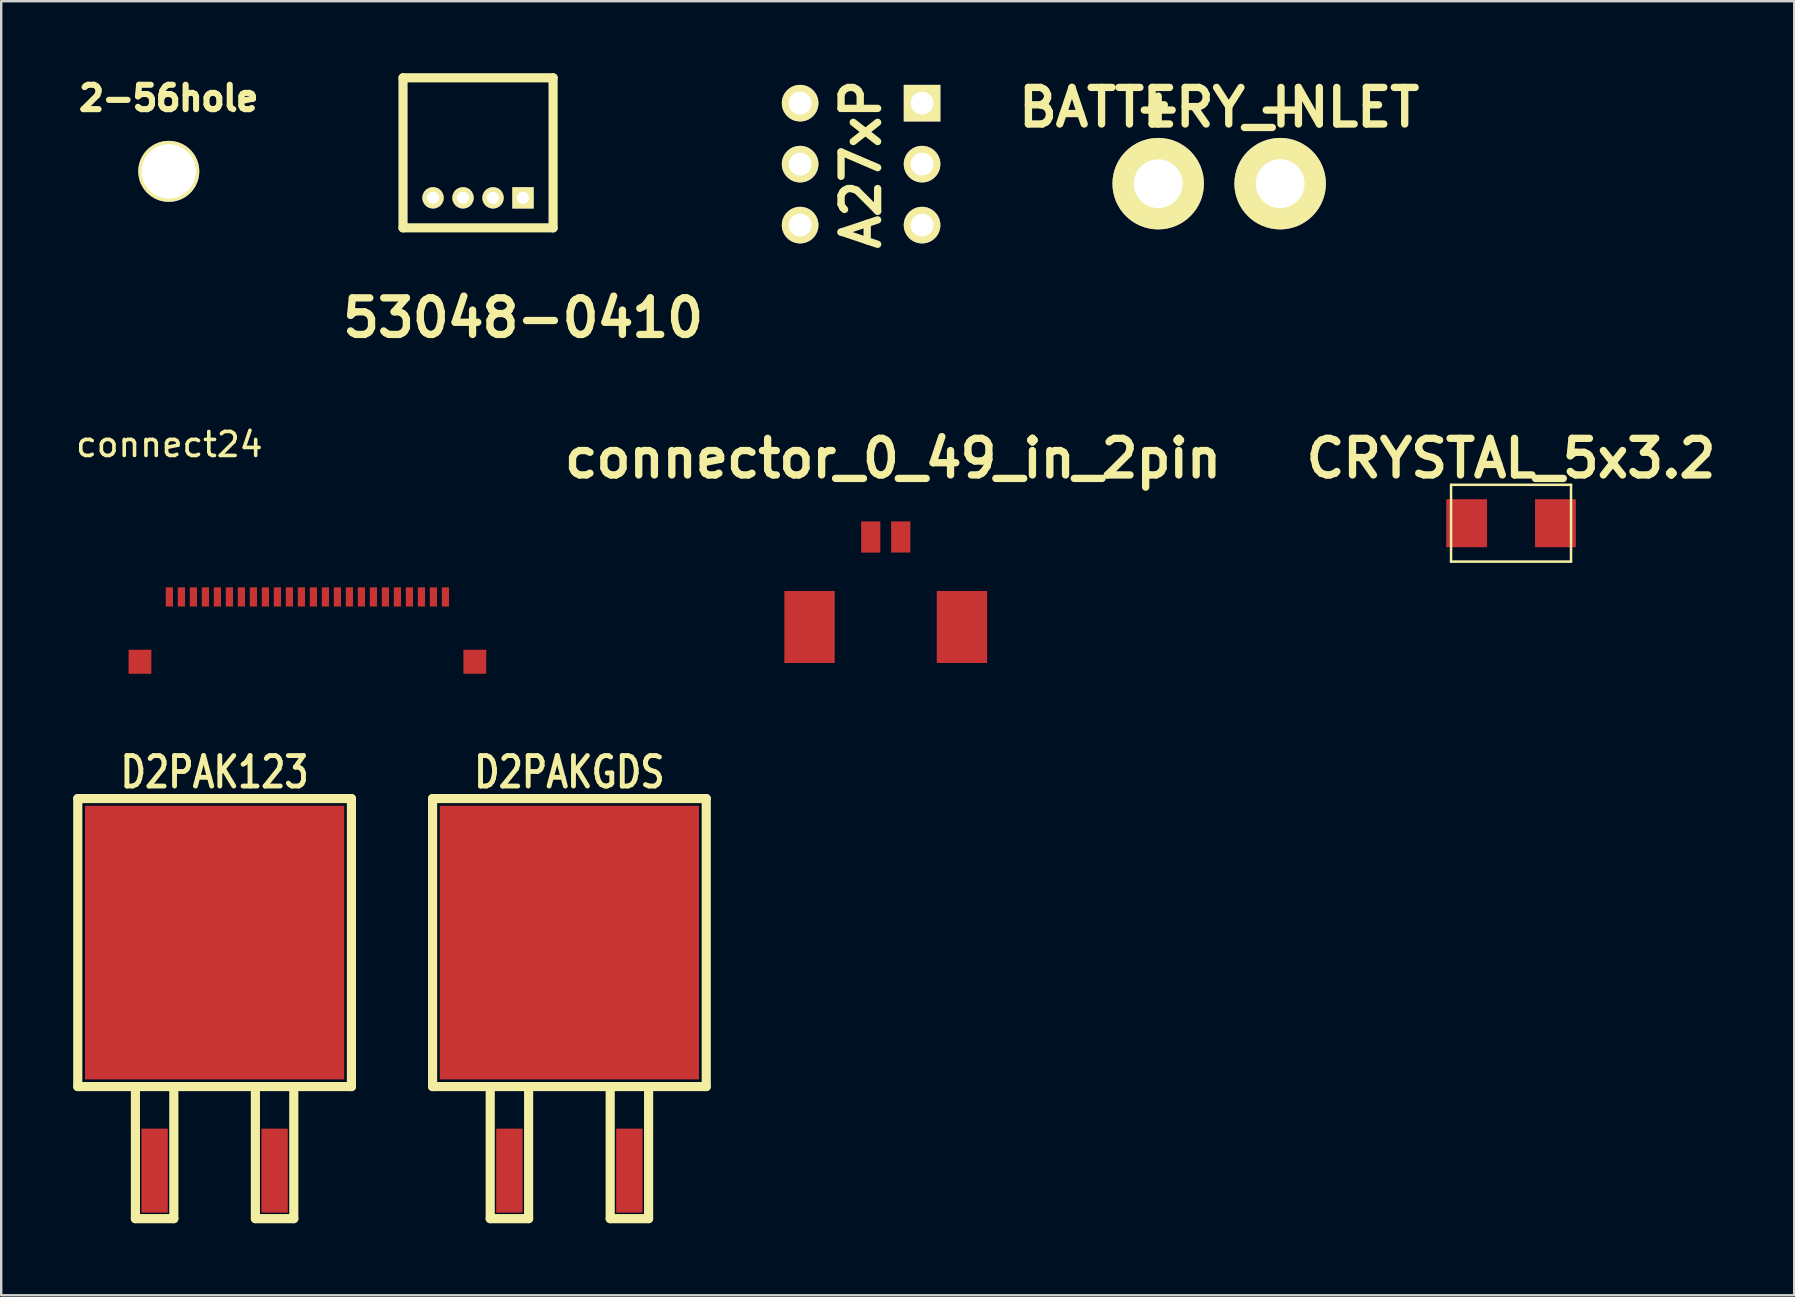
<source format=kicad_pcb>
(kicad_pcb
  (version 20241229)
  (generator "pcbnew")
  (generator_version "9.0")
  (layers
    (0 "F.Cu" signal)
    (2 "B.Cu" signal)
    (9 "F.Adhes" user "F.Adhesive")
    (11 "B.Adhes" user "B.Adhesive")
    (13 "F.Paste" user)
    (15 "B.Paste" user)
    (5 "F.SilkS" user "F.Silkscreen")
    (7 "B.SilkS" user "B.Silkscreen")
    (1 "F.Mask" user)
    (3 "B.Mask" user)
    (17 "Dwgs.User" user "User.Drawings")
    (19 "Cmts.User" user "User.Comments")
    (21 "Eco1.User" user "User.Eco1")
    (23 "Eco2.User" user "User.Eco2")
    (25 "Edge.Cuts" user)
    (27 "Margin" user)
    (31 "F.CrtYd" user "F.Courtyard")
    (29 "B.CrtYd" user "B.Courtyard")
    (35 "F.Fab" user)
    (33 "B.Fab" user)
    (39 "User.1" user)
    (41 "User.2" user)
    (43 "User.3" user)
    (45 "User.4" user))
  (footprint "D2PAK123"
    (layer "F.Cu")
    (at 5.89 36.217)
    (property "Reference" "D2PAK123" (at 0 -7.099 0) (layer "F.SilkS") (effects (font (size 1.27 1.016) (thickness 0.203))))
    (attr smd)
    (fp_line (start -5.7 -5.999) (end 5.7 -5.999) (stroke (width 0.381) (type solid)) (layer "F.SilkS"))
    (fp_line (start -5.7 5.999) (end -5.7 -5.999) (stroke (width 0.381) (type solid)) (layer "F.SilkS"))
    (fp_line (start -3.299 5.999) (end -3.299 11.501) (stroke (width 0.381) (type solid)) (layer "F.SilkS"))
    (fp_line (start -3.299 11.501) (end -1.699 11.501) (stroke (width 0.381) (type solid)) (layer "F.SilkS"))
    (fp_line (start -1.699 11.501) (end -1.699 5.999) (stroke (width 0.381) (type solid)) (layer "F.SilkS"))
    (fp_line (start 1.699 5.999) (end 1.699 11.501) (stroke (width 0.381) (type solid)) (layer "F.SilkS"))
    (fp_line (start 1.699 11.501) (end 3.299 11.501) (stroke (width 0.381) (type solid)) (layer "F.SilkS"))
    (fp_line (start 3.299 11.501) (end 3.299 5.999) (stroke (width 0.381) (type solid)) (layer "F.SilkS"))
    (fp_line (start 5.7 -5.999) (end 5.7 5.999) (stroke (width 0.381) (type solid)) (layer "F.SilkS"))
    (fp_line (start 5.7 5.999) (end -5.7 5.999) (stroke (width 0.381) (type solid)) (layer "F.SilkS"))
    (pad "1" smd rect (at 2.499 9.5) (size 1.1 3.5) (layers "F.Cu" "F.Mask" "F.Paste"))
    (pad "2" smd rect (at 0 0) (size 10.8 11.4) (layers "F.Cu" "F.Mask" "F.Paste"))
    (pad "3" smd rect (at -2.499 9.5) (size 1.1 3.5) (layers "F.Cu" "F.Mask" "F.Paste")))
  (footprint "CRYSTAL_5x3.2"
    (layer "F.Cu")
    (at 59.898 18.746)
    (property "Reference" "CRYSTAL_5x3.2" (at 0 -2.7 0) (layer "F.SilkS") (effects (font (size 1.524 1.524) (thickness 0.305))))
    (attr through_hole)
    (fp_line (start -2.499 -1.6) (end 2.499 -1.6) (stroke (width 0.104) (type solid)) (layer "F.SilkS"))
    (fp_line (start -2.499 1.6) (end -2.499 -1.6) (stroke (width 0.104) (type solid)) (layer "F.SilkS"))
    (fp_line (start 2.499 -1.6) (end 2.499 1.6) (stroke (width 0.104) (type solid)) (layer "F.SilkS"))
    (fp_line (start 2.499 1.6) (end -2.499 1.6) (stroke (width 0.104) (type solid)) (layer "F.SilkS"))
    (pad "1" smd rect (at -1.849 0) (size 1.699 1.999) (layers "F.Cu" "F.Mask" "F.Paste"))
    (pad "2" smd rect (at 1.849 0) (size 1.699 1.999) (layers "F.Cu" "F.Mask" "F.Paste")))
  (footprint "D2PAKGDS"
    (layer "F.Cu")
    (at 20.671 36.217)
    (property "Reference" "D2PAKGDS" (at 0 -7.099 0) (layer "F.SilkS") (effects (font (size 1.27 1.016) (thickness 0.203))))
    (attr smd)
    (fp_line (start -5.7 -5.999) (end 5.7 -5.999) (stroke (width 0.381) (type solid)) (layer "F.SilkS"))
    (fp_line (start -5.7 5.999) (end -5.7 -5.999) (stroke (width 0.381) (type solid)) (layer "F.SilkS"))
    (fp_line (start -3.299 5.999) (end -3.299 11.501) (stroke (width 0.381) (type solid)) (layer "F.SilkS"))
    (fp_line (start -3.299 11.501) (end -1.699 11.501) (stroke (width 0.381) (type solid)) (layer "F.SilkS"))
    (fp_line (start -1.699 11.501) (end -1.699 5.999) (stroke (width 0.381) (type solid)) (layer "F.SilkS"))
    (fp_line (start 1.699 5.999) (end 1.699 11.501) (stroke (width 0.381) (type solid)) (layer "F.SilkS"))
    (fp_line (start 1.699 11.501) (end 3.299 11.501) (stroke (width 0.381) (type solid)) (layer "F.SilkS"))
    (fp_line (start 3.299 11.501) (end 3.299 5.999) (stroke (width 0.381) (type solid)) (layer "F.SilkS"))
    (fp_line (start 5.7 -5.999) (end 5.7 5.999) (stroke (width 0.381) (type solid)) (layer "F.SilkS"))
    (fp_line (start 5.7 5.999) (end -5.7 5.999) (stroke (width 0.381) (type solid)) (layer "F.SilkS"))
    (pad "D" smd rect (at 0 0) (size 10.8 11.4) (layers "F.Cu" "F.Mask" "F.Paste"))
    (pad "G" smd rect (at -2.499 9.5) (size 1.1 3.5) (layers "F.Cu" "F.Mask" "F.Paste"))
    (pad "S" smd rect (at 2.499 9.5) (size 1.1 3.5) (layers "F.Cu" "F.Mask" "F.Paste")))
  (footprint "connector_0_49_in_2pin"
    (layer "F.Cu")
    (at 33.849 19.97)
    (property "Reference" "connector_0_49_in_2pin" (at 0.305 -3.924 0) (layer "F.SilkS") (effects (font (size 1.524 1.524) (thickness 0.305))))
    (attr through_hole)
    (pad "" smd rect (at -3.175 3.099) (size 2.098 3) (layers "F.Cu" "F.Mask" "F.Paste"))
    (pad "" smd rect (at 3.175 3.099) (size 2.098 3) (layers "F.Cu" "F.Mask" "F.Paste"))
    (pad "1" smd rect (at -0.625 -0.648) (size 0.798 1.298) (layers "F.Cu" "F.Mask" "F.Paste"))
    (pad "2" smd rect (at 0.625 -0.65) (size 0.8 1.298) (layers "F.Cu" "F.Mask" "F.Paste")))
  (footprint "BATTERY_INLET"
    (layer "F.Cu")
    (at 47.739 4.601)
    (property "Reference" "BATTERY_INLET" (at 0 -3.175 0) (layer "F.SilkS") (effects (font (size 1.524 1.524) (thickness 0.305))))
    (attr through_hole)
    (fp_text user "+" (at -2.54 -3.175 0) (layer "F.SilkS") (effects (font (size 1.524 1.524) (thickness 0.305))))
    (fp_text user "-" (at 2.54 -3.175 0) (layer "F.SilkS") (effects (font (size 1.524 1.524) (thickness 0.305))))
    (pad "1" thru_hole circle (at -2.54 0) (size 3.81 3.81) (drill 2.032) (layers "*.Cu" "*.Mask" "F.SilkS"))
    (pad "2" thru_hole circle (at 2.54 0) (size 3.81 3.81) (drill 2.032) (layers "*.Cu" "*.Mask" "F.SilkS")))
  (footprint "A27xP"
    (layer "F.Cu")
    (at 32.822 3.788)
    (property "Reference" "A27xP" (at 0 0 90) (layer "F.SilkS") (effects (font (size 1.524 1.524) (thickness 0.305))))
    (attr through_hole)
    (pad "1" thru_hole rect (at 2.54 -2.54) (size 1.524 1.524) (drill 0.95) (layers "*.Cu" "*.Mask" "F.SilkS"))
    (pad "2" thru_hole circle (at 2.54 0) (size 1.524 1.524) (drill 0.95) (layers "*.Cu" "*.Mask" "F.SilkS"))
    (pad "3" thru_hole circle (at 2.54 2.54) (size 1.524 1.524) (drill 0.95) (layers "*.Cu" "*.Mask" "F.SilkS"))
    (pad "4" thru_hole circle (at -2.54 -2.54) (size 1.524 1.524) (drill 0.95) (layers "*.Cu" "*.Mask" "F.SilkS"))
    (pad "5" thru_hole circle (at -2.54 0) (size 1.524 1.524) (drill 0.95) (layers "*.Cu" "*.Mask" "F.SilkS"))
    (pad "6" thru_hole circle (at -2.54 2.54) (size 1.524 1.524) (drill 0.95) (layers "*.Cu" "*.Mask" "F.SilkS")))
  (footprint "connect24"
    (layer "F.Cu")
    (at 4.006 21.818)
    (property "Reference" "connect24" (at 0 -6.35 0) (layer "F.SilkS") (effects (font (size 1 1) (thickness 0.15))))
    (attr through_hole)
    (pad "1" smd rect (at 0 0) (size 0.3 0.8) (layers "F.Cu" "F.Mask" "F.Paste"))
    (pad "1" smd rect (at 12.725 2.7) (size 0.95 1) (layers "F.Cu" "F.Mask" "F.Paste"))
    (pad "2" smd rect (at -1.225 2.7) (size 0.95 1) (layers "F.Cu" "F.Mask" "F.Paste"))
    (pad "2" smd rect (at 0.5 0) (size 0.3 0.8) (layers "F.Cu" "F.Mask" "F.Paste"))
    (pad "3" smd rect (at 1 0) (size 0.3 0.8) (layers "F.Cu" "F.Mask" "F.Paste"))
    (pad "4" smd rect (at 1.5 0) (size 0.3 0.8) (layers "F.Cu" "F.Mask" "F.Paste"))
    (pad "5" smd rect (at 2 0) (size 0.3 0.8) (layers "F.Cu" "F.Mask" "F.Paste"))
    (pad "6" smd rect (at 2.5 0) (size 0.3 0.8) (layers "F.Cu" "F.Mask" "F.Paste"))
    (pad "7" smd rect (at 3 0) (size 0.3 0.8) (layers "F.Cu" "F.Mask" "F.Paste"))
    (pad "8" smd rect (at 3.5 0) (size 0.3 0.8) (layers "F.Cu" "F.Mask" "F.Paste"))
    (pad "9" smd rect (at 4 0) (size 0.3 0.8) (layers "F.Cu" "F.Mask" "F.Paste"))
    (pad "10" smd rect (at 4.5 0) (size 0.3 0.8) (layers "F.Cu" "F.Mask" "F.Paste"))
    (pad "11" smd rect (at 5 0) (size 0.3 0.8) (layers "F.Cu" "F.Mask" "F.Paste"))
    (pad "12" smd rect (at 5.5 0) (size 0.3 0.8) (layers "F.Cu" "F.Mask" "F.Paste"))
    (pad "13" smd rect (at 6 0) (size 0.3 0.8) (layers "F.Cu" "F.Mask" "F.Paste"))
    (pad "14" smd rect (at 6.5 0) (size 0.3 0.8) (layers "F.Cu" "F.Mask" "F.Paste"))
    (pad "15" smd rect (at 7 0) (size 0.3 0.8) (layers "F.Cu" "F.Mask" "F.Paste"))
    (pad "16" smd rect (at 7.5 0) (size 0.3 0.8) (layers "F.Cu" "F.Mask" "F.Paste"))
    (pad "17" smd rect (at 8 0) (size 0.3 0.8) (layers "F.Cu" "F.Mask" "F.Paste"))
    (pad "18" smd rect (at 8.5 0) (size 0.3 0.8) (layers "F.Cu" "F.Mask" "F.Paste"))
    (pad "19" smd rect (at 9 0) (size 0.3 0.8) (layers "F.Cu" "F.Mask" "F.Paste"))
    (pad "20" smd rect (at 9.5 0) (size 0.3 0.8) (layers "F.Cu" "F.Mask" "F.Paste"))
    (pad "21" smd rect (at 10 0) (size 0.3 0.8) (layers "F.Cu" "F.Mask" "F.Paste"))
    (pad "22" smd rect (at 10.5 0) (size 0.3 0.8) (layers "F.Cu" "F.Mask" "F.Paste"))
    (pad "23" smd rect (at 11 0) (size 0.3 0.8) (layers "F.Cu" "F.Mask" "F.Paste"))
    (pad "24" smd rect (at 11.5 0) (size 0.3 0.8) (layers "F.Cu" "F.Mask" "F.Paste")))
  (footprint "53048-0410"
    (layer "F.Cu")
    (at 18.741 5.192)
    (property "Reference" "53048-0410" (at 0 5.001 0) (layer "F.SilkS") (effects (font (size 1.524 1.524) (thickness 0.305))))
    (attr through_hole)
    (fp_line (start -5.001 -5.001) (end -5.001 1.25) (stroke (width 0.381) (type solid)) (layer "F.SilkS"))
    (fp_line (start -5.001 1.25) (end 1.25 1.25) (stroke (width 0.381) (type solid)) (layer "F.SilkS"))
    (fp_line (start 1.25 -5.001) (end -5.001 -5.001) (stroke (width 0.381) (type solid)) (layer "F.SilkS"))
    (fp_line (start 1.25 1.25) (end 1.25 -5.001) (stroke (width 0.381) (type solid)) (layer "F.SilkS"))
    (pad "1" thru_hole rect (at -0.003 0) (size 0.889 0.889) (drill 0.508) (layers "*.Cu" "*.Mask" "F.SilkS"))
    (pad "2" thru_hole circle (at -1.252 0) (size 0.889 0.889) (drill 0.508) (layers "*.Cu" "*.Mask" "F.SilkS"))
    (pad "3" thru_hole circle (at -2.502 0) (size 0.889 0.889) (drill 0.508) (layers "*.Cu" "*.Mask" "F.SilkS"))
    (pad "4" thru_hole circle (at -3.752 0) (size 0.889 0.889) (drill 0.508) (layers "*.Cu" "*.Mask" "F.SilkS")))
  (footprint "2-56hole"
    (layer "F.Cu")
    (at 3.981 4.088)
    (property "Reference" "2-56hole" (at 0 -3.048 0) (layer "F.SilkS") (effects (font (size 1.016 1.016) (thickness 0.254))))
    (attr through_hole)
    (pad "1" thru_hole circle (at 0 0) (size 2.54 2.54) (drill 2.261) (layers "*.Cu" "*.Mask" "F.SilkS")))
  (gr_rect
    (start -3 -3)
    (end 71.694 50.908)
    (stroke (width 0.1) (type default))
    (fill no)
    (layer "Edge.Cuts")))
</source>
